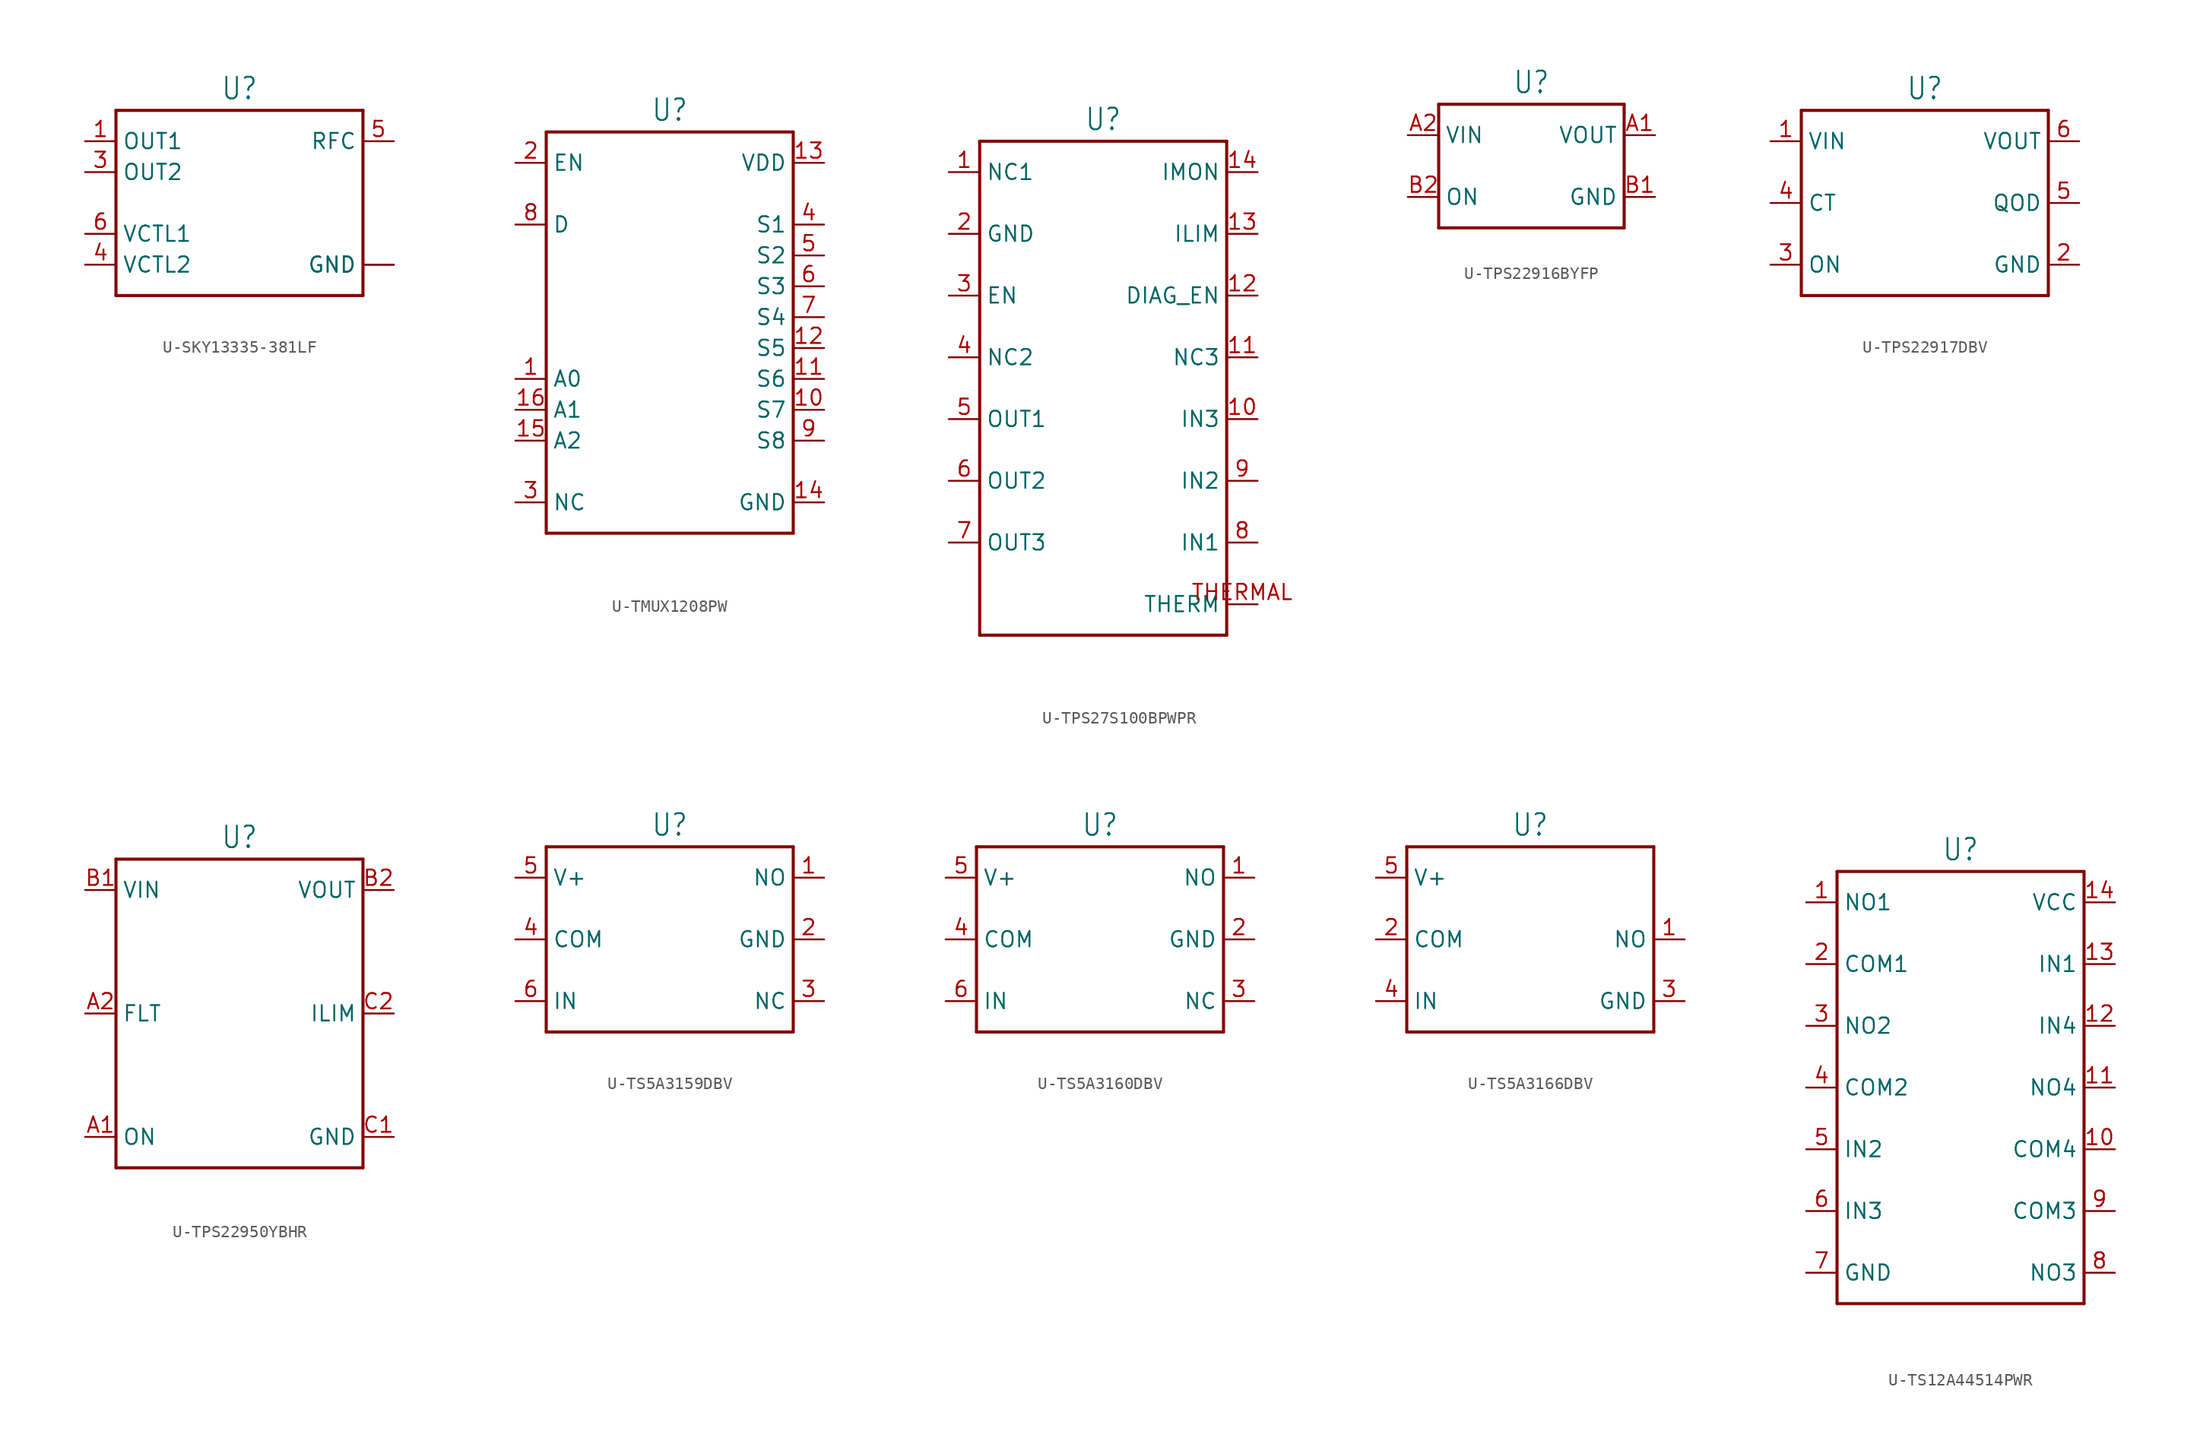
<source format=kicad_sym>
(kicad_symbol_lib
  (version 20231120)
  (generator "kicad_symbol_editor")
  (generator_version "8.0")
  (symbol "U-SKY13335-381LF"
    (property "Reference" "U"
      (at 0 8.382 0)
      (effects (font (size 1.778 1.511)) (justify bottom)))
    (property "Value" ""
      (at 0 -8.382 0)
      (effects (font (size 1.778 1.511)) (justify top)))
    (property "ki_locked" ""
      (at 0 0 0)
      (effects (font (size 1.27 1.27))))
    (symbol "U-SKY13335-381LF_1_0"
      (polyline (pts (xy -10.16 -7.62) (xy -10.16 7.62)) (stroke (width 0.254) (type solid)) (fill (type none)))
      (polyline (pts (xy -10.16 7.62) (xy 10.16 7.62)) (stroke (width 0.254) (type solid)) (fill (type none)))
      (polyline (pts (xy 10.16 -7.62) (xy -10.16 -7.62)) (stroke (width 0.254) (type solid)) (fill (type none)))
      (polyline (pts (xy 10.16 7.62) (xy 10.16 -7.62)) (stroke (width 0.254) (type solid)) (fill (type none)))
      (pin passive line (at 12.7 -5.08 180) (length 2.54) (name "GND" (effects (font (size 1.27 1.27)))) (number "0" (effects (font (size 0 0)))))
      (pin passive line (at -12.7 5.08 0) (length 2.54) (name "OUT1" (effects (font (size 1.27 1.27)))) (number "1" (effects (font (size 1.27 1.27)))))
      (pin passive line (at 12.7 -5.08 180) (length 2.54) (name "GND" (effects (font (size 1.27 1.27)))) (number "2" (effects (font (size 0 0)))))
      (pin passive line (at -12.7 2.54 0) (length 2.54) (name "OUT2" (effects (font (size 1.27 1.27)))) (number "3" (effects (font (size 1.27 1.27)))))
      (pin passive line (at -12.7 -5.08 0) (length 2.54) (name "VCTL2" (effects (font (size 1.27 1.27)))) (number "4" (effects (font (size 1.27 1.27)))))
      (pin passive line (at 12.7 5.08 180) (length 2.54) (name "RFC" (effects (font (size 1.27 1.27)))) (number "5" (effects (font (size 1.27 1.27)))))
      (pin passive line (at -12.7 -2.54 0) (length 2.54) (name "VCTL1" (effects (font (size 1.27 1.27)))) (number "6" (effects (font (size 1.27 1.27)))))))
  (symbol "U-TMUX1208PW"
    (property "Reference" "U"
      (at 0 16.002 0)
      (effects (font (size 1.778 1.511)) (justify bottom)))
    (property "Value" ""
      (at 0 -18.542 0)
      (effects (font (size 1.778 1.511)) (justify top)))
    (property "ki_locked" ""
      (at 0 0 0)
      (effects (font (size 1.27 1.27))))
    (symbol "U-TMUX1208PW_1_0"
      (polyline (pts (xy -10.16 -17.78) (xy 10.16 -17.78)) (stroke (width 0.254) (type solid)) (fill (type none)))
      (polyline (pts (xy -10.16 15.24) (xy -10.16 -17.78)) (stroke (width 0.254) (type solid)) (fill (type none)))
      (polyline (pts (xy -10.16 15.24) (xy 10.16 15.24)) (stroke (width 0.254) (type solid)) (fill (type none)))
      (polyline (pts (xy 10.16 -17.78) (xy 10.16 15.24)) (stroke (width 0.254) (type solid)) (fill (type none)))
      (pin passive line (at -12.7 -5.08 0) (length 2.54) (name "A0" (effects (font (size 1.27 1.27)))) (number "1" (effects (font (size 1.27 1.27)))))
      (pin passive line (at 12.7 -7.62 180) (length 2.54) (name "S7" (effects (font (size 1.27 1.27)))) (number "10" (effects (font (size 1.27 1.27)))))
      (pin passive line (at 12.7 -5.08 180) (length 2.54) (name "S6" (effects (font (size 1.27 1.27)))) (number "11" (effects (font (size 1.27 1.27)))))
      (pin passive line (at 12.7 -2.54 180) (length 2.54) (name "S5" (effects (font (size 1.27 1.27)))) (number "12" (effects (font (size 1.27 1.27)))))
      (pin passive line (at 12.7 12.7 180) (length 2.54) (name "VDD" (effects (font (size 1.27 1.27)))) (number "13" (effects (font (size 1.27 1.27)))))
      (pin passive line (at 12.7 -15.24 180) (length 2.54) (name "GND" (effects (font (size 1.27 1.27)))) (number "14" (effects (font (size 1.27 1.27)))))
      (pin passive line (at -12.7 -10.16 0) (length 2.54) (name "A2" (effects (font (size 1.27 1.27)))) (number "15" (effects (font (size 1.27 1.27)))))
      (pin passive line (at -12.7 -7.62 0) (length 2.54) (name "A1" (effects (font (size 1.27 1.27)))) (number "16" (effects (font (size 1.27 1.27)))))
      (pin passive line (at -12.7 12.7 0) (length 2.54) (name "EN" (effects (font (size 1.27 1.27)))) (number "2" (effects (font (size 1.27 1.27)))))
      (pin passive line (at -12.7 -15.24 0) (length 2.54) (name "NC" (effects (font (size 1.27 1.27)))) (number "3" (effects (font (size 1.27 1.27)))))
      (pin passive line (at 12.7 7.62 180) (length 2.54) (name "S1" (effects (font (size 1.27 1.27)))) (number "4" (effects (font (size 1.27 1.27)))))
      (pin passive line (at 12.7 5.08 180) (length 2.54) (name "S2" (effects (font (size 1.27 1.27)))) (number "5" (effects (font (size 1.27 1.27)))))
      (pin passive line (at 12.7 2.54 180) (length 2.54) (name "S3" (effects (font (size 1.27 1.27)))) (number "6" (effects (font (size 1.27 1.27)))))
      (pin passive line (at 12.7 0 180) (length 2.54) (name "S4" (effects (font (size 1.27 1.27)))) (number "7" (effects (font (size 1.27 1.27)))))
      (pin passive line (at -12.7 7.62 0) (length 2.54) (name "D" (effects (font (size 1.27 1.27)))) (number "8" (effects (font (size 1.27 1.27)))))
      (pin passive line (at 12.7 -10.16 180) (length 2.54) (name "S8" (effects (font (size 1.27 1.27)))) (number "9" (effects (font (size 1.27 1.27)))))))
  (symbol "U-TPS27S100BPWPR"
    (property "Reference" "U"
      (at 0 21.082 0)
      (effects (font (size 1.778 1.511)) (justify bottom)))
    (property "Value" ""
      (at 0 -21.082 0)
      (effects (font (size 1.778 1.511)) (justify top)))
    (property "ki_locked" ""
      (at 0 0 0)
      (effects (font (size 1.27 1.27))))
    (symbol "U-TPS27S100BPWPR_1_0"
      (polyline (pts (xy -10.16 -20.32) (xy 10.16 -20.32)) (stroke (width 0.254) (type solid)) (fill (type none)))
      (polyline (pts (xy -10.16 20.32) (xy -10.16 -20.32)) (stroke (width 0.254) (type solid)) (fill (type none)))
      (polyline (pts (xy -10.16 20.32) (xy 10.16 20.32)) (stroke (width 0.254) (type solid)) (fill (type none)))
      (polyline (pts (xy 10.16 -20.32) (xy 10.16 20.32)) (stroke (width 0.254) (type solid)) (fill (type none)))
      (pin passive line (at -12.7 17.78 0) (length 2.54) (name "NC1" (effects (font (size 1.27 1.27)))) (number "1" (effects (font (size 1.27 1.27)))))
      (pin passive line (at 12.7 -2.54 180) (length 2.54) (name "IN3" (effects (font (size 1.27 1.27)))) (number "10" (effects (font (size 1.27 1.27)))))
      (pin passive line (at 12.7 2.54 180) (length 2.54) (name "NC3" (effects (font (size 1.27 1.27)))) (number "11" (effects (font (size 1.27 1.27)))))
      (pin passive line (at 12.7 7.62 180) (length 2.54) (name "DIAG_EN" (effects (font (size 1.27 1.27)))) (number "12" (effects (font (size 1.27 1.27)))))
      (pin passive line (at 12.7 12.7 180) (length 2.54) (name "ILIM" (effects (font (size 1.27 1.27)))) (number "13" (effects (font (size 1.27 1.27)))))
      (pin passive line (at 12.7 17.78 180) (length 2.54) (name "IMON" (effects (font (size 1.27 1.27)))) (number "14" (effects (font (size 1.27 1.27)))))
      (pin passive line (at -12.7 12.7 0) (length 2.54) (name "GND" (effects (font (size 1.27 1.27)))) (number "2" (effects (font (size 1.27 1.27)))))
      (pin passive line (at -12.7 7.62 0) (length 2.54) (name "EN" (effects (font (size 1.27 1.27)))) (number "3" (effects (font (size 1.27 1.27)))))
      (pin passive line (at -12.7 2.54 0) (length 2.54) (name "NC2" (effects (font (size 1.27 1.27)))) (number "4" (effects (font (size 1.27 1.27)))))
      (pin passive line (at -12.7 -2.54 0) (length 2.54) (name "OUT1" (effects (font (size 1.27 1.27)))) (number "5" (effects (font (size 1.27 1.27)))))
      (pin passive line (at -12.7 -7.62 0) (length 2.54) (name "OUT2" (effects (font (size 1.27 1.27)))) (number "6" (effects (font (size 1.27 1.27)))))
      (pin passive line (at -12.7 -12.7 0) (length 2.54) (name "OUT3" (effects (font (size 1.27 1.27)))) (number "7" (effects (font (size 1.27 1.27)))))
      (pin passive line (at 12.7 -12.7 180) (length 2.54) (name "IN1" (effects (font (size 1.27 1.27)))) (number "8" (effects (font (size 1.27 1.27)))))
      (pin passive line (at 12.7 -7.62 180) (length 2.54) (name "IN2" (effects (font (size 1.27 1.27)))) (number "9" (effects (font (size 1.27 1.27)))))
      (pin passive line (at 12.7 -17.78 180) (length 2.54) (name "THERM" (effects (font (size 1.27 1.27)))) (number "THERMAL" (effects (font (size 1.27 1.27)))))))
  (symbol "U-TPS22916BYFP"
    (property "Reference" "U"
      (at 0 5.842 0)
      (effects (font (size 1.778 1.511)) (justify bottom)))
    (property "Value" ""
      (at 0 -5.842 0)
      (effects (font (size 1.778 1.511)) (justify top)))
    (property "ki_locked" ""
      (at 0 0 0)
      (effects (font (size 1.27 1.27))))
    (symbol "U-TPS22916BYFP_1_0"
      (polyline (pts (xy -7.62 -5.08) (xy -7.62 5.08)) (stroke (width 0.254) (type solid)) (fill (type none)))
      (polyline (pts (xy -7.62 5.08) (xy 7.62 5.08)) (stroke (width 0.254) (type solid)) (fill (type none)))
      (polyline (pts (xy 7.62 -5.08) (xy -7.62 -5.08)) (stroke (width 0.254) (type solid)) (fill (type none)))
      (polyline (pts (xy 7.62 5.08) (xy 7.62 -5.08)) (stroke (width 0.254) (type solid)) (fill (type none)))
      (pin passive line (at 10.16 2.54 180) (length 2.54) (name "VOUT" (effects (font (size 1.27 1.27)))) (number "A1" (effects (font (size 1.27 1.27)))))
      (pin passive line (at -10.16 2.54 0) (length 2.54) (name "VIN" (effects (font (size 1.27 1.27)))) (number "A2" (effects (font (size 1.27 1.27)))))
      (pin passive line (at 10.16 -2.54 180) (length 2.54) (name "GND" (effects (font (size 1.27 1.27)))) (number "B1" (effects (font (size 1.27 1.27)))))
      (pin passive line (at -10.16 -2.54 0) (length 2.54) (name "ON" (effects (font (size 1.27 1.27)))) (number "B2" (effects (font (size 1.27 1.27)))))))
  (symbol "U-TPS22917DBV"
    (property "Reference" "U"
      (at 0 8.382 0)
      (effects (font (size 1.778 1.511)) (justify bottom)))
    (property "Value" ""
      (at 0 -8.382 0)
      (effects (font (size 1.778 1.511)) (justify top)))
    (property "ki_locked" ""
      (at 0 0 0)
      (effects (font (size 1.27 1.27))))
    (symbol "U-TPS22917DBV_1_0"
      (polyline (pts (xy -10.16 -7.62) (xy -10.16 7.62)) (stroke (width 0.254) (type solid)) (fill (type none)))
      (polyline (pts (xy -10.16 7.62) (xy 10.16 7.62)) (stroke (width 0.254) (type solid)) (fill (type none)))
      (polyline (pts (xy 10.16 -7.62) (xy -10.16 -7.62)) (stroke (width 0.254) (type solid)) (fill (type none)))
      (polyline (pts (xy 10.16 7.62) (xy 10.16 -7.62)) (stroke (width 0.254) (type solid)) (fill (type none)))
      (pin passive line (at -12.7 5.08 0) (length 2.54) (name "VIN" (effects (font (size 1.27 1.27)))) (number "1" (effects (font (size 1.27 1.27)))))
      (pin passive line (at 12.7 -5.08 180) (length 2.54) (name "GND" (effects (font (size 1.27 1.27)))) (number "2" (effects (font (size 1.27 1.27)))))
      (pin passive line (at -12.7 -5.08 0) (length 2.54) (name "ON" (effects (font (size 1.27 1.27)))) (number "3" (effects (font (size 1.27 1.27)))))
      (pin passive line (at -12.7 0 0) (length 2.54) (name "CT" (effects (font (size 1.27 1.27)))) (number "4" (effects (font (size 1.27 1.27)))))
      (pin passive line (at 12.7 0 180) (length 2.54) (name "QOD" (effects (font (size 1.27 1.27)))) (number "5" (effects (font (size 1.27 1.27)))))
      (pin passive line (at 12.7 5.08 180) (length 2.54) (name "VOUT" (effects (font (size 1.27 1.27)))) (number "6" (effects (font (size 1.27 1.27)))))))
  (symbol "U-TPS22950YBHR"
    (property "Reference" "U"
      (at 0 13.462 0)
      (effects (font (size 1.778 1.511)) (justify bottom)))
    (property "Value" ""
      (at 0 -13.462 0)
      (effects (font (size 1.778 1.511)) (justify top)))
    (property "ki_locked" ""
      (at 0 0 0)
      (effects (font (size 1.27 1.27))))
    (symbol "U-TPS22950YBHR_1_0"
      (polyline (pts (xy -10.16 -12.7) (xy -10.16 12.7)) (stroke (width 0.254) (type solid)) (fill (type none)))
      (polyline (pts (xy -10.16 12.7) (xy 10.16 12.7)) (stroke (width 0.254) (type solid)) (fill (type none)))
      (polyline (pts (xy 10.16 -12.7) (xy -10.16 -12.7)) (stroke (width 0.254) (type solid)) (fill (type none)))
      (polyline (pts (xy 10.16 12.7) (xy 10.16 -12.7)) (stroke (width 0.254) (type solid)) (fill (type none)))
      (pin passive line (at -12.7 -10.16 0) (length 2.54) (name "ON" (effects (font (size 1.27 1.27)))) (number "A1" (effects (font (size 1.27 1.27)))))
      (pin passive line (at -12.7 0 0) (length 2.54) (name "FLT" (effects (font (size 1.27 1.27)))) (number "A2" (effects (font (size 1.27 1.27)))))
      (pin passive line (at -12.7 10.16 0) (length 2.54) (name "VIN" (effects (font (size 1.27 1.27)))) (number "B1" (effects (font (size 1.27 1.27)))))
      (pin passive line (at 12.7 10.16 180) (length 2.54) (name "VOUT" (effects (font (size 1.27 1.27)))) (number "B2" (effects (font (size 1.27 1.27)))))
      (pin passive line (at 12.7 -10.16 180) (length 2.54) (name "GND" (effects (font (size 1.27 1.27)))) (number "C1" (effects (font (size 1.27 1.27)))))
      (pin passive line (at 12.7 0 180) (length 2.54) (name "ILIM" (effects (font (size 1.27 1.27)))) (number "C2" (effects (font (size 1.27 1.27)))))))
  (symbol "U-TS5A3159DBV"
    (property "Reference" "U"
      (at 0 8.382 0)
      (effects (font (size 1.778 1.511)) (justify bottom)))
    (property "Value" ""
      (at 0 -8.382 0)
      (effects (font (size 1.778 1.511)) (justify top)))
    (property "ki_locked" ""
      (at 0 0 0)
      (effects (font (size 1.27 1.27))))
    (symbol "U-TS5A3159DBV_1_0"
      (polyline (pts (xy -10.16 -7.62) (xy -10.16 7.62)) (stroke (width 0.254) (type solid)) (fill (type none)))
      (polyline (pts (xy -10.16 7.62) (xy 10.16 7.62)) (stroke (width 0.254) (type solid)) (fill (type none)))
      (polyline (pts (xy 10.16 -7.62) (xy -10.16 -7.62)) (stroke (width 0.254) (type solid)) (fill (type none)))
      (polyline (pts (xy 10.16 7.62) (xy 10.16 -7.62)) (stroke (width 0.254) (type solid)) (fill (type none)))
      (pin passive line (at 12.7 5.08 180) (length 2.54) (name "NO" (effects (font (size 1.27 1.27)))) (number "1" (effects (font (size 1.27 1.27)))))
      (pin passive line (at 12.7 0 180) (length 2.54) (name "GND" (effects (font (size 1.27 1.27)))) (number "2" (effects (font (size 1.27 1.27)))))
      (pin passive line (at 12.7 -5.08 180) (length 2.54) (name "NC" (effects (font (size 1.27 1.27)))) (number "3" (effects (font (size 1.27 1.27)))))
      (pin passive line (at -12.7 0 0) (length 2.54) (name "COM" (effects (font (size 1.27 1.27)))) (number "4" (effects (font (size 1.27 1.27)))))
      (pin passive line (at -12.7 5.08 0) (length 2.54) (name "V+" (effects (font (size 1.27 1.27)))) (number "5" (effects (font (size 1.27 1.27)))))
      (pin passive line (at -12.7 -5.08 0) (length 2.54) (name "IN" (effects (font (size 1.27 1.27)))) (number "6" (effects (font (size 1.27 1.27)))))))
  (symbol "U-TS5A3160DBV"
    (property "Reference" "U"
      (at 0 8.382 0)
      (effects (font (size 1.778 1.511)) (justify bottom)))
    (property "Value" ""
      (at 0 -8.382 0)
      (effects (font (size 1.778 1.511)) (justify top)))
    (property "ki_locked" ""
      (at 0 0 0)
      (effects (font (size 1.27 1.27))))
    (symbol "U-TS5A3160DBV_1_0"
      (polyline (pts (xy -10.16 -7.62) (xy -10.16 7.62)) (stroke (width 0.254) (type solid)) (fill (type none)))
      (polyline (pts (xy -10.16 7.62) (xy 10.16 7.62)) (stroke (width 0.254) (type solid)) (fill (type none)))
      (polyline (pts (xy 10.16 -7.62) (xy -10.16 -7.62)) (stroke (width 0.254) (type solid)) (fill (type none)))
      (polyline (pts (xy 10.16 7.62) (xy 10.16 -7.62)) (stroke (width 0.254) (type solid)) (fill (type none)))
      (pin passive line (at 12.7 5.08 180) (length 2.54) (name "NO" (effects (font (size 1.27 1.27)))) (number "1" (effects (font (size 1.27 1.27)))))
      (pin passive line (at 12.7 0 180) (length 2.54) (name "GND" (effects (font (size 1.27 1.27)))) (number "2" (effects (font (size 1.27 1.27)))))
      (pin passive line (at 12.7 -5.08 180) (length 2.54) (name "NC" (effects (font (size 1.27 1.27)))) (number "3" (effects (font (size 1.27 1.27)))))
      (pin passive line (at -12.7 0 0) (length 2.54) (name "COM" (effects (font (size 1.27 1.27)))) (number "4" (effects (font (size 1.27 1.27)))))
      (pin passive line (at -12.7 5.08 0) (length 2.54) (name "V+" (effects (font (size 1.27 1.27)))) (number "5" (effects (font (size 1.27 1.27)))))
      (pin passive line (at -12.7 -5.08 0) (length 2.54) (name "IN" (effects (font (size 1.27 1.27)))) (number "6" (effects (font (size 1.27 1.27)))))))
  (symbol "U-TS5A3166DBV"
    (property "Reference" "U"
      (at 0 8.382 0)
      (effects (font (size 1.778 1.511)) (justify bottom)))
    (property "Value" ""
      (at 0 -8.382 0)
      (effects (font (size 1.778 1.511)) (justify top)))
    (property "ki_locked" ""
      (at 0 0 0)
      (effects (font (size 1.27 1.27))))
    (symbol "U-TS5A3166DBV_1_0"
      (polyline (pts (xy -10.16 -7.62) (xy -10.16 7.62)) (stroke (width 0.254) (type solid)) (fill (type none)))
      (polyline (pts (xy -10.16 7.62) (xy 10.16 7.62)) (stroke (width 0.254) (type solid)) (fill (type none)))
      (polyline (pts (xy 10.16 -7.62) (xy -10.16 -7.62)) (stroke (width 0.254) (type solid)) (fill (type none)))
      (polyline (pts (xy 10.16 7.62) (xy 10.16 -7.62)) (stroke (width 0.254) (type solid)) (fill (type none)))
      (pin passive line (at 12.7 0 180) (length 2.54) (name "NO" (effects (font (size 1.27 1.27)))) (number "1" (effects (font (size 1.27 1.27)))))
      (pin passive line (at -12.7 0 0) (length 2.54) (name "COM" (effects (font (size 1.27 1.27)))) (number "2" (effects (font (size 1.27 1.27)))))
      (pin passive line (at 12.7 -5.08 180) (length 2.54) (name "GND" (effects (font (size 1.27 1.27)))) (number "3" (effects (font (size 1.27 1.27)))))
      (pin passive line (at -12.7 -5.08 0) (length 2.54) (name "IN" (effects (font (size 1.27 1.27)))) (number "4" (effects (font (size 1.27 1.27)))))
      (pin passive line (at -12.7 5.08 0) (length 2.54) (name "V+" (effects (font (size 1.27 1.27)))) (number "5" (effects (font (size 1.27 1.27)))))))
  (symbol "U-TS12A44514PWR"
    (property "Reference" "U"
      (at 0 8.382 0)
      (effects (font (size 1.778 1.511)) (justify bottom)))
    (property "Value" ""
      (at 0 -28.702 0)
      (effects (font (size 1.778 1.511)) (justify top)))
    (property "ki_locked" ""
      (at 0 0 0)
      (effects (font (size 1.27 1.27))))
    (symbol "U-TS12A44514PWR_1_0"
      (polyline (pts (xy -10.16 -27.94) (xy 10.16 -27.94)) (stroke (width 0.254) (type solid)) (fill (type none)))
      (polyline (pts (xy -10.16 7.62) (xy -10.16 -27.94)) (stroke (width 0.254) (type solid)) (fill (type none)))
      (polyline (pts (xy -10.16 7.62) (xy 10.16 7.62)) (stroke (width 0.254) (type solid)) (fill (type none)))
      (polyline (pts (xy 10.16 -27.94) (xy 10.16 7.62)) (stroke (width 0.254) (type solid)) (fill (type none)))
      (pin passive line (at -12.7 5.08 0) (length 2.54) (name "NO1" (effects (font (size 1.27 1.27)))) (number "1" (effects (font (size 1.27 1.27)))))
      (pin passive line (at 12.7 -15.24 180) (length 2.54) (name "COM4" (effects (font (size 1.27 1.27)))) (number "10" (effects (font (size 1.27 1.27)))))
      (pin passive line (at 12.7 -10.16 180) (length 2.54) (name "NO4" (effects (font (size 1.27 1.27)))) (number "11" (effects (font (size 1.27 1.27)))))
      (pin passive line (at 12.7 -5.08 180) (length 2.54) (name "IN4" (effects (font (size 1.27 1.27)))) (number "12" (effects (font (size 1.27 1.27)))))
      (pin passive line (at 12.7 0 180) (length 2.54) (name "IN1" (effects (font (size 1.27 1.27)))) (number "13" (effects (font (size 1.27 1.27)))))
      (pin passive line (at 12.7 5.08 180) (length 2.54) (name "VCC" (effects (font (size 1.27 1.27)))) (number "14" (effects (font (size 1.27 1.27)))))
      (pin passive line (at -12.7 0 0) (length 2.54) (name "COM1" (effects (font (size 1.27 1.27)))) (number "2" (effects (font (size 1.27 1.27)))))
      (pin passive line (at -12.7 -5.08 0) (length 2.54) (name "NO2" (effects (font (size 1.27 1.27)))) (number "3" (effects (font (size 1.27 1.27)))))
      (pin passive line (at -12.7 -10.16 0) (length 2.54) (name "COM2" (effects (font (size 1.27 1.27)))) (number "4" (effects (font (size 1.27 1.27)))))
      (pin passive line (at -12.7 -15.24 0) (length 2.54) (name "IN2" (effects (font (size 1.27 1.27)))) (number "5" (effects (font (size 1.27 1.27)))))
      (pin passive line (at -12.7 -20.32 0) (length 2.54) (name "IN3" (effects (font (size 1.27 1.27)))) (number "6" (effects (font (size 1.27 1.27)))))
      (pin passive line (at -12.7 -25.4 0) (length 2.54) (name "GND" (effects (font (size 1.27 1.27)))) (number "7" (effects (font (size 1.27 1.27)))))
      (pin passive line (at 12.7 -25.4 180) (length 2.54) (name "NO3" (effects (font (size 1.27 1.27)))) (number "8" (effects (font (size 1.27 1.27)))))
      (pin passive line (at 12.7 -20.32 180) (length 2.54) (name "COM3" (effects (font (size 1.27 1.27)))) (number "9" (effects (font (size 1.27 1.27))))))))
</source>
